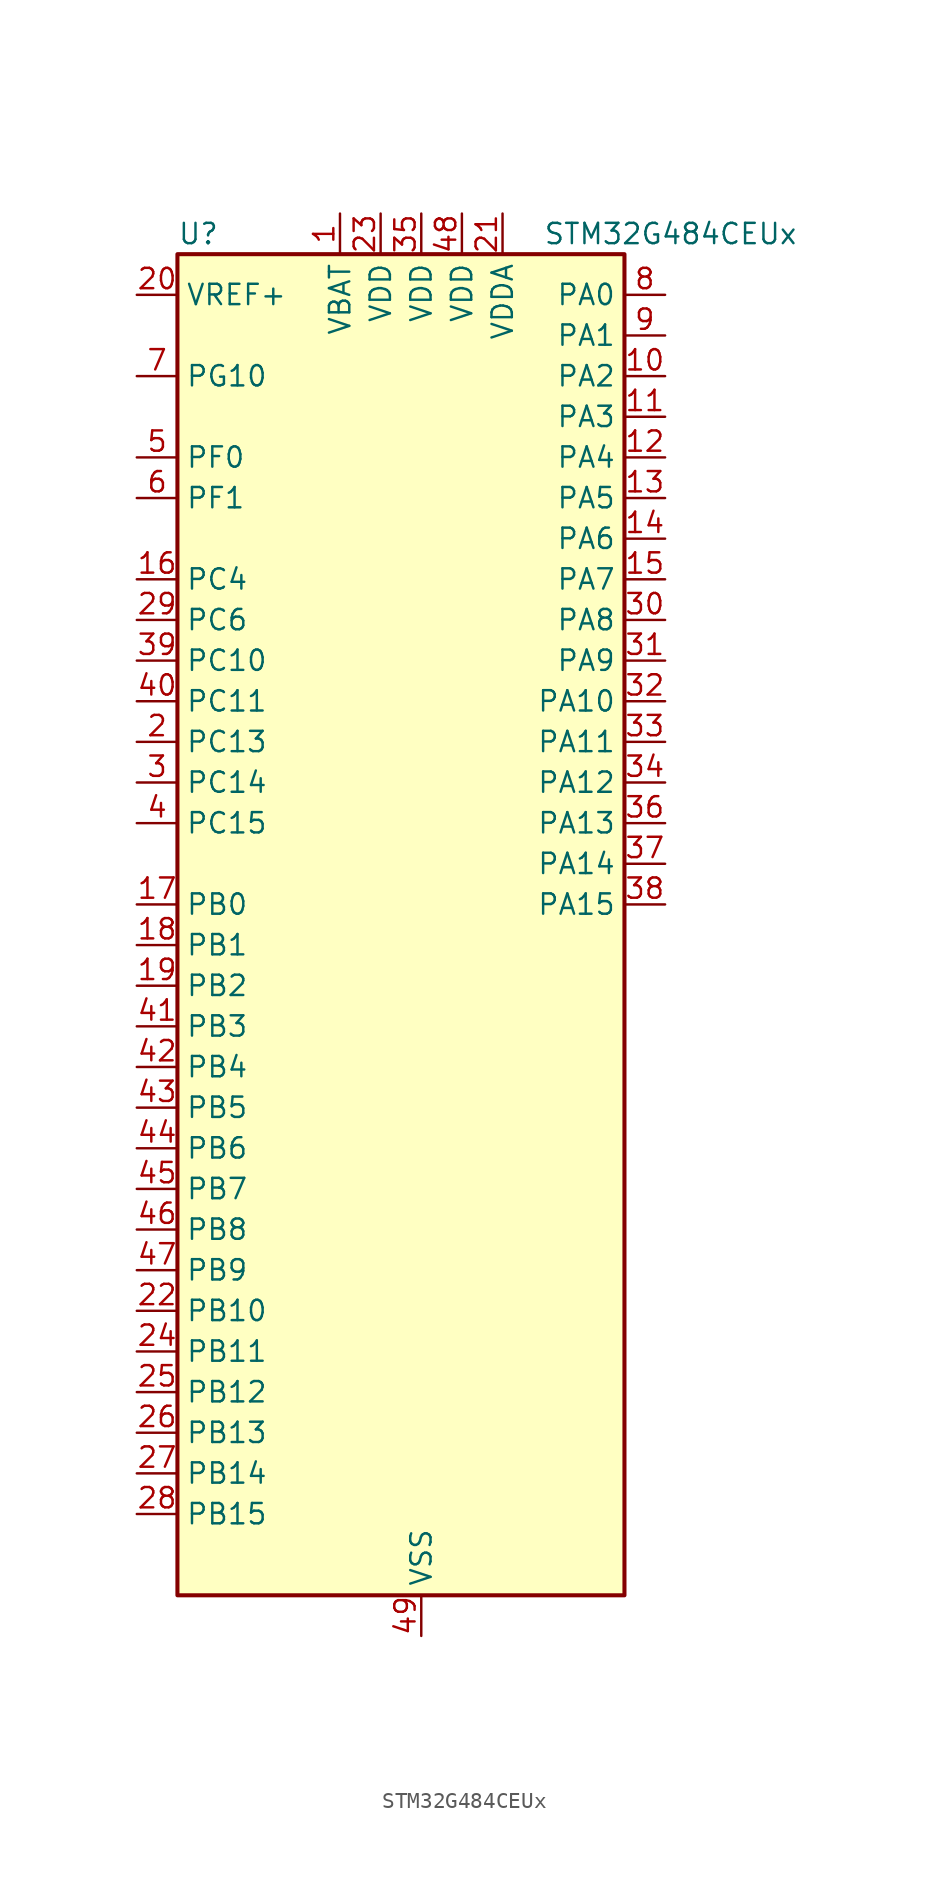
<source format=kicad_sym>
(kicad_symbol_lib
  (version 20231120)
  (generator "kicad_symbol_editor")
  (generator_version "8.0")
  (symbol "STM32G484CEUx"
    (property "Reference" "U"
      (at -12.7 44.45 0)
      (effects (font (size 1.27 1.27)) (justify left)))
    (property "Value" "STM32G484CEUx"
      (at 10.16 44.45 0)
      (effects (font (size 1.27 1.27)) (justify left)))
    (property "ki_locked" ""
      (at 0 0 0)
      (effects (font (size 1.27 1.27))))
    (symbol "STM32G484CEUx_0_1"
      (rectangle (start -12.7 -40.64) (end 15.24 43.18) (stroke (width 0.254) (type default)) (fill (type background))))
    (symbol "STM32G484CEUx_1_1"
      (pin power_in line (at -2.54 45.72 270) (length 2.54) (name "VBAT" (effects (font (size 1.27 1.27)))) (number "1" (effects (font (size 1.27 1.27)))))
      (pin bidirectional line (at 17.78 35.56 180) (length 2.54) (name "PA2" (effects (font (size 1.27 1.27)))) (number "10" (effects (font (size 1.27 1.27)))) (alternate "ADC1_IN3" bidirectional line) (alternate "ADC3_EXTI2" bidirectional line) (alternate "ADC4_EXTI2" bidirectional line) (alternate "ADC5_EXTI2" bidirectional line) (alternate "COMP2_INM" bidirectional line) (alternate "COMP2_OUT" bidirectional line) (alternate "LPUART1_TX" bidirectional line) (alternate "OPAMP1_VOUT" bidirectional line) (alternate "QUADSPI1_BK1_NCS" bidirectional line) (alternate "RCC_LSCO" bidirectional line) (alternate "SYS_WKUP4" bidirectional line) (alternate "TIM15_CH1" bidirectional line) (alternate "TIM2_CH3" bidirectional line) (alternate "TIM5_CH3" bidirectional line) (alternate "UCPD1_FRSTX1" bidirectional line) (alternate "UCPD1_FRSTX2" bidirectional line) (alternate "USART2_TX" bidirectional line))
      (pin bidirectional line (at 17.78 33.02 180) (length 2.54) (name "PA3" (effects (font (size 1.27 1.27)))) (number "11" (effects (font (size 1.27 1.27)))) (alternate "ADC1_IN4" bidirectional line) (alternate "ADC3_EXTI3" bidirectional line) (alternate "ADC4_EXTI3" bidirectional line) (alternate "ADC5_EXTI3" bidirectional line) (alternate "COMP2_INP" bidirectional line) (alternate "LPUART1_RX" bidirectional line) (alternate "OPAMP1_VINM" bidirectional line) (alternate "OPAMP1_VINM0" bidirectional line) (alternate "OPAMP1_VINM_SEC" bidirectional line) (alternate "OPAMP1_VINP" bidirectional line) (alternate "OPAMP1_VINP_SEC" bidirectional line) (alternate "OPAMP5_VINM" bidirectional line) (alternate "OPAMP5_VINM1" bidirectional line) (alternate "OPAMP5_VINM_SEC" bidirectional line) (alternate "QUADSPI1_CLK" bidirectional line) (alternate "SAI1_CK1" bidirectional line) (alternate "SAI1_MCLK_A" bidirectional line) (alternate "TIM15_CH2" bidirectional line) (alternate "TIM2_CH4" bidirectional line) (alternate "TIM5_CH4" bidirectional line) (alternate "USART2_RX" bidirectional line))
      (pin bidirectional line (at 17.78 30.48 180) (length 2.54) (name "PA4" (effects (font (size 1.27 1.27)))) (number "12" (effects (font (size 1.27 1.27)))) (alternate "ADC2_IN17" bidirectional line) (alternate "COMP1_INM" bidirectional line) (alternate "DAC1_OUT1" bidirectional line) (alternate "I2S3_WS" bidirectional line) (alternate "SAI1_FS_B" bidirectional line) (alternate "SPI1_NSS" bidirectional line) (alternate "SPI3_NSS" bidirectional line) (alternate "TIM3_CH2" bidirectional line) (alternate "USART2_CK" bidirectional line))
      (pin bidirectional line (at 17.78 27.94 180) (length 2.54) (name "PA5" (effects (font (size 1.27 1.27)))) (number "13" (effects (font (size 1.27 1.27)))) (alternate "ADC2_IN13" bidirectional line) (alternate "COMP2_INM" bidirectional line) (alternate "DAC1_OUT2" bidirectional line) (alternate "OPAMP2_VINM" bidirectional line) (alternate "OPAMP2_VINM0" bidirectional line) (alternate "OPAMP2_VINM_SEC" bidirectional line) (alternate "SPI1_SCK" bidirectional line) (alternate "TIM2_CH1" bidirectional line) (alternate "TIM2_ETR" bidirectional line) (alternate "UCPD1_FRSTX1" bidirectional line) (alternate "UCPD1_FRSTX2" bidirectional line))
      (pin bidirectional line (at 17.78 25.4 180) (length 2.54) (name "PA6" (effects (font (size 1.27 1.27)))) (number "14" (effects (font (size 1.27 1.27)))) (alternate "ADC2_IN3" bidirectional line) (alternate "COMP1_OUT" bidirectional line) (alternate "DAC2_OUT1" bidirectional line) (alternate "LPUART1_CTS" bidirectional line) (alternate "OPAMP2_VOUT" bidirectional line) (alternate "QUADSPI1_BK1_IO3" bidirectional line) (alternate "SPI1_MISO" bidirectional line) (alternate "TIM16_CH1" bidirectional line) (alternate "TIM1_BKIN" bidirectional line) (alternate "TIM3_CH1" bidirectional line) (alternate "TIM8_BKIN" bidirectional line))
      (pin bidirectional line (at 17.78 22.86 180) (length 2.54) (name "PA7" (effects (font (size 1.27 1.27)))) (number "15" (effects (font (size 1.27 1.27)))) (alternate "ADC2_IN4" bidirectional line) (alternate "COMP2_INP" bidirectional line) (alternate "COMP2_OUT" bidirectional line) (alternate "OPAMP1_VINP" bidirectional line) (alternate "OPAMP1_VINP_SEC" bidirectional line) (alternate "OPAMP2_VINP" bidirectional line) (alternate "OPAMP2_VINP_SEC" bidirectional line) (alternate "QUADSPI1_BK1_IO2" bidirectional line) (alternate "SPI1_MOSI" bidirectional line) (alternate "TIM17_CH1" bidirectional line) (alternate "TIM1_CH1N" bidirectional line) (alternate "TIM3_CH2" bidirectional line) (alternate "TIM8_CH1N" bidirectional line) (alternate "UCPD1_FRSTX1" bidirectional line) (alternate "UCPD1_FRSTX2" bidirectional line))
      (pin bidirectional line (at -15.24 22.86 0) (length 2.54) (name "PC4" (effects (font (size 1.27 1.27)))) (number "16" (effects (font (size 1.27 1.27)))) (alternate "ADC2_IN5" bidirectional line) (alternate "I2C2_SCL" bidirectional line) (alternate "QUADSPI1_BK2_IO3" bidirectional line) (alternate "TIM1_ETR" bidirectional line) (alternate "USART1_TX" bidirectional line))
      (pin bidirectional line (at -15.24 2.54 0) (length 2.54) (name "PB0" (effects (font (size 1.27 1.27)))) (number "17" (effects (font (size 1.27 1.27)))) (alternate "ADC1_IN15" bidirectional line) (alternate "ADC3_IN12" bidirectional line) (alternate "COMP4_INP" bidirectional line) (alternate "HRTIM1_FLT5" bidirectional line) (alternate "OPAMP2_VINP" bidirectional line) (alternate "OPAMP2_VINP_SEC" bidirectional line) (alternate "OPAMP3_VINP" bidirectional line) (alternate "OPAMP3_VINP_SEC" bidirectional line) (alternate "QUADSPI1_BK1_IO1" bidirectional line) (alternate "TIM1_CH2N" bidirectional line) (alternate "TIM3_CH3" bidirectional line) (alternate "TIM8_CH2N" bidirectional line) (alternate "UCPD1_FRSTX1" bidirectional line) (alternate "UCPD1_FRSTX2" bidirectional line))
      (pin bidirectional line (at -15.24 0 0) (length 2.54) (name "PB1" (effects (font (size 1.27 1.27)))) (number "18" (effects (font (size 1.27 1.27)))) (alternate "ADC1_IN12" bidirectional line) (alternate "ADC3_IN1" bidirectional line) (alternate "COMP1_INP" bidirectional line) (alternate "COMP4_OUT" bidirectional line) (alternate "HRTIM1_SCOUT" bidirectional line) (alternate "LPUART1_DE" bidirectional line) (alternate "LPUART1_RTS" bidirectional line) (alternate "OPAMP3_VOUT" bidirectional line) (alternate "OPAMP6_VINM" bidirectional line) (alternate "OPAMP6_VINM1" bidirectional line) (alternate "OPAMP6_VINM_SEC" bidirectional line) (alternate "QUADSPI1_BK1_IO0" bidirectional line) (alternate "TIM1_CH3N" bidirectional line) (alternate "TIM3_CH4" bidirectional line) (alternate "TIM8_CH3N" bidirectional line))
      (pin bidirectional line (at -15.24 -2.54 0) (length 2.54) (name "PB2" (effects (font (size 1.27 1.27)))) (number "19" (effects (font (size 1.27 1.27)))) (alternate "ADC2_IN12" bidirectional line) (alternate "ADC3_EXTI2" bidirectional line) (alternate "ADC4_EXTI2" bidirectional line) (alternate "ADC5_EXTI2" bidirectional line) (alternate "COMP4_INM" bidirectional line) (alternate "HRTIM1_SCIN" bidirectional line) (alternate "I2C3_SMBA" bidirectional line) (alternate "LPTIM1_OUT" bidirectional line) (alternate "OPAMP3_VINM" bidirectional line) (alternate "OPAMP3_VINM0" bidirectional line) (alternate "OPAMP3_VINM_SEC" bidirectional line) (alternate "QUADSPI1_BK2_IO1" bidirectional line) (alternate "RTC_OUT2" bidirectional line) (alternate "TIM20_CH1" bidirectional line) (alternate "TIM5_CH1" bidirectional line))
      (pin bidirectional line (at -15.24 12.7 0) (length 2.54) (name "PC13" (effects (font (size 1.27 1.27)))) (number "2" (effects (font (size 1.27 1.27)))) (alternate "RTC_OUT1" bidirectional line) (alternate "RTC_TAMP1" bidirectional line) (alternate "RTC_TS" bidirectional line) (alternate "SYS_WKUP2" bidirectional line) (alternate "TIM1_BKIN" bidirectional line) (alternate "TIM1_CH1N" bidirectional line) (alternate "TIM8_CH4N" bidirectional line))
      (pin input line (at -15.24 40.64 0) (length 2.54) (name "VREF+" (effects (font (size 1.27 1.27)))) (number "20" (effects (font (size 1.27 1.27)))) (alternate "VREFBUF_OUT" bidirectional line))
      (pin power_in line (at 7.62 45.72 270) (length 2.54) (name "VDDA" (effects (font (size 1.27 1.27)))) (number "21" (effects (font (size 1.27 1.27)))))
      (pin bidirectional line (at -15.24 -22.86 0) (length 2.54) (name "PB10" (effects (font (size 1.27 1.27)))) (number "22" (effects (font (size 1.27 1.27)))) (alternate "COMP5_INM" bidirectional line) (alternate "DAC1_EXTI10" bidirectional line) (alternate "DAC2_EXTI10" bidirectional line) (alternate "DAC3_EXTI10" bidirectional line) (alternate "DAC4_EXTI10" bidirectional line) (alternate "HRTIM1_FLT3" bidirectional line) (alternate "LPUART1_RX" bidirectional line) (alternate "OPAMP3_VINM" bidirectional line) (alternate "OPAMP3_VINM1" bidirectional line) (alternate "OPAMP3_VINM_SEC" bidirectional line) (alternate "OPAMP4_VINM" bidirectional line) (alternate "OPAMP4_VINM0" bidirectional line) (alternate "OPAMP4_VINM_SEC" bidirectional line) (alternate "QUADSPI1_CLK" bidirectional line) (alternate "SAI1_SCK_A" bidirectional line) (alternate "TIM1_BKIN" bidirectional line) (alternate "TIM2_CH3" bidirectional line) (alternate "USART3_TX" bidirectional line))
      (pin power_in line (at 0 45.72 270) (length 2.54) (name "VDD" (effects (font (size 1.27 1.27)))) (number "23" (effects (font (size 1.27 1.27)))))
      (pin bidirectional line (at -15.24 -25.4 0) (length 2.54) (name "PB11" (effects (font (size 1.27 1.27)))) (number "24" (effects (font (size 1.27 1.27)))) (alternate "ADC1_EXTI11" bidirectional line) (alternate "ADC1_IN14" bidirectional line) (alternate "ADC2_EXTI11" bidirectional line) (alternate "ADC2_IN14" bidirectional line) (alternate "COMP6_INP" bidirectional line) (alternate "HRTIM1_FLT4" bidirectional line) (alternate "LPUART1_TX" bidirectional line) (alternate "OPAMP4_VINP" bidirectional line) (alternate "OPAMP4_VINP_SEC" bidirectional line) (alternate "OPAMP6_VOUT" bidirectional line) (alternate "QUADSPI1_BK1_NCS" bidirectional line) (alternate "TIM2_CH4" bidirectional line) (alternate "USART3_RX" bidirectional line))
      (pin bidirectional line (at -15.24 -27.94 0) (length 2.54) (name "PB12" (effects (font (size 1.27 1.27)))) (number "25" (effects (font (size 1.27 1.27)))) (alternate "ADC1_IN11" bidirectional line) (alternate "ADC4_IN3" bidirectional line) (alternate "COMP7_INM" bidirectional line) (alternate "FDCAN2_RX" bidirectional line) (alternate "HRTIM1_CHC1" bidirectional line) (alternate "I2C2_SMBA" bidirectional line) (alternate "I2S2_WS" bidirectional line) (alternate "LPUART1_DE" bidirectional line) (alternate "LPUART1_RTS" bidirectional line) (alternate "OPAMP4_VOUT" bidirectional line) (alternate "OPAMP6_VINP" bidirectional line) (alternate "OPAMP6_VINP_SEC" bidirectional line) (alternate "SPI2_NSS" bidirectional line) (alternate "TIM1_BKIN" bidirectional line) (alternate "TIM5_ETR" bidirectional line) (alternate "USART3_CK" bidirectional line))
      (pin bidirectional line (at -15.24 -30.48 0) (length 2.54) (name "PB13" (effects (font (size 1.27 1.27)))) (number "26" (effects (font (size 1.27 1.27)))) (alternate "ADC3_IN5" bidirectional line) (alternate "COMP5_INP" bidirectional line) (alternate "FDCAN2_TX" bidirectional line) (alternate "HRTIM1_CHC2" bidirectional line) (alternate "I2S2_CK" bidirectional line) (alternate "LPUART1_CTS" bidirectional line) (alternate "OPAMP3_VINP" bidirectional line) (alternate "OPAMP3_VINP_SEC" bidirectional line) (alternate "OPAMP4_VINP" bidirectional line) (alternate "OPAMP4_VINP_SEC" bidirectional line) (alternate "OPAMP6_VINP" bidirectional line) (alternate "OPAMP6_VINP_SEC" bidirectional line) (alternate "SPI2_SCK" bidirectional line) (alternate "TIM1_CH1N" bidirectional line) (alternate "USART3_CTS" bidirectional line) (alternate "USART3_NSS" bidirectional line))
      (pin bidirectional line (at -15.24 -33.02 0) (length 2.54) (name "PB14" (effects (font (size 1.27 1.27)))) (number "27" (effects (font (size 1.27 1.27)))) (alternate "ADC1_IN5" bidirectional line) (alternate "ADC4_IN4" bidirectional line) (alternate "COMP4_OUT" bidirectional line) (alternate "COMP7_INP" bidirectional line) (alternate "HRTIM1_CHD1" bidirectional line) (alternate "OPAMP2_VINP" bidirectional line) (alternate "OPAMP2_VINP_SEC" bidirectional line) (alternate "OPAMP5_VINP" bidirectional line) (alternate "OPAMP5_VINP_SEC" bidirectional line) (alternate "SPI2_MISO" bidirectional line) (alternate "TIM15_CH1" bidirectional line) (alternate "TIM1_CH2N" bidirectional line) (alternate "USART3_DE" bidirectional line) (alternate "USART3_RTS" bidirectional line))
      (pin bidirectional line (at -15.24 -35.56 0) (length 2.54) (name "PB15" (effects (font (size 1.27 1.27)))) (number "28" (effects (font (size 1.27 1.27)))) (alternate "ADC1_EXTI15" bidirectional line) (alternate "ADC2_EXTI15" bidirectional line) (alternate "ADC2_IN15" bidirectional line) (alternate "ADC4_IN5" bidirectional line) (alternate "COMP3_OUT" bidirectional line) (alternate "COMP6_INM" bidirectional line) (alternate "HRTIM1_CHD2" bidirectional line) (alternate "I2S2_SD" bidirectional line) (alternate "OPAMP5_VINM" bidirectional line) (alternate "OPAMP5_VINM0" bidirectional line) (alternate "OPAMP5_VINM_SEC" bidirectional line) (alternate "RTC_REFIN" bidirectional line) (alternate "SPI2_MOSI" bidirectional line) (alternate "TIM15_CH1N" bidirectional line) (alternate "TIM15_CH2" bidirectional line) (alternate "TIM1_CH3N" bidirectional line))
      (pin bidirectional line (at -15.24 20.32 0) (length 2.54) (name "PC6" (effects (font (size 1.27 1.27)))) (number "29" (effects (font (size 1.27 1.27)))) (alternate "COMP6_OUT" bidirectional line) (alternate "HRTIM1_CHF1" bidirectional line) (alternate "HRTIM1_EEV10" bidirectional line) (alternate "I2C4_SCL" bidirectional line) (alternate "I2S2_MCK" bidirectional line) (alternate "TIM3_CH1" bidirectional line) (alternate "TIM8_CH1" bidirectional line))
      (pin bidirectional line (at -15.24 10.16 0) (length 2.54) (name "PC14" (effects (font (size 1.27 1.27)))) (number "3" (effects (font (size 1.27 1.27)))) (alternate "RCC_OSC32_IN" bidirectional line))
      (pin bidirectional line (at 17.78 20.32 180) (length 2.54) (name "PA8" (effects (font (size 1.27 1.27)))) (number "30" (effects (font (size 1.27 1.27)))) (alternate "ADC5_IN1" bidirectional line) (alternate "COMP7_OUT" bidirectional line) (alternate "FDCAN3_RX" bidirectional line) (alternate "HRTIM1_CHA1" bidirectional line) (alternate "I2C2_SDA" bidirectional line) (alternate "I2C3_SCL" bidirectional line) (alternate "I2S2_MCK" bidirectional line) (alternate "OPAMP5_VOUT" bidirectional line) (alternate "RCC_MCO" bidirectional line) (alternate "SAI1_CK2" bidirectional line) (alternate "SAI1_SCK_A" bidirectional line) (alternate "TIM1_CH1" bidirectional line) (alternate "TIM4_ETR" bidirectional line) (alternate "USART1_CK" bidirectional line))
      (pin bidirectional line (at 17.78 17.78 180) (length 2.54) (name "PA9" (effects (font (size 1.27 1.27)))) (number "31" (effects (font (size 1.27 1.27)))) (alternate "ADC5_IN2" bidirectional line) (alternate "COMP5_OUT" bidirectional line) (alternate "DAC1_EXTI9" bidirectional line) (alternate "DAC2_EXTI9" bidirectional line) (alternate "DAC3_EXTI9" bidirectional line) (alternate "DAC4_EXTI9" bidirectional line) (alternate "HRTIM1_CHA2" bidirectional line) (alternate "I2C2_SCL" bidirectional line) (alternate "I2C3_SMBA" bidirectional line) (alternate "I2S3_MCK" bidirectional line) (alternate "SAI1_FS_A" bidirectional line) (alternate "TIM15_BKIN" bidirectional line) (alternate "TIM1_CH2" bidirectional line) (alternate "TIM2_CH3" bidirectional line) (alternate "UCPD1_DBCC1" bidirectional line) (alternate "USART1_TX" bidirectional line))
      (pin bidirectional line (at 17.78 15.24 180) (length 2.54) (name "PA10" (effects (font (size 1.27 1.27)))) (number "32" (effects (font (size 1.27 1.27)))) (alternate "COMP6_OUT" bidirectional line) (alternate "CRS_SYNC" bidirectional line) (alternate "DAC1_EXTI10" bidirectional line) (alternate "DAC2_EXTI10" bidirectional line) (alternate "DAC3_EXTI10" bidirectional line) (alternate "DAC4_EXTI10" bidirectional line) (alternate "HRTIM1_CHB1" bidirectional line) (alternate "I2C2_SMBA" bidirectional line) (alternate "SAI1_D1" bidirectional line) (alternate "SAI1_SD_A" bidirectional line) (alternate "SPI2_MISO" bidirectional line) (alternate "TIM17_BKIN" bidirectional line) (alternate "TIM1_CH3" bidirectional line) (alternate "TIM2_CH4" bidirectional line) (alternate "TIM8_BKIN" bidirectional line) (alternate "UCPD1_DBCC2" bidirectional line) (alternate "USART1_RX" bidirectional line))
      (pin bidirectional line (at 17.78 12.7 180) (length 2.54) (name "PA11" (effects (font (size 1.27 1.27)))) (number "33" (effects (font (size 1.27 1.27)))) (alternate "ADC1_EXTI11" bidirectional line) (alternate "ADC2_EXTI11" bidirectional line) (alternate "COMP1_OUT" bidirectional line) (alternate "FDCAN1_RX" bidirectional line) (alternate "HRTIM1_CHB2" bidirectional line) (alternate "I2S2_SD" bidirectional line) (alternate "SPI2_MOSI" bidirectional line) (alternate "TIM1_BKIN2" bidirectional line) (alternate "TIM1_CH1N" bidirectional line) (alternate "TIM1_CH4" bidirectional line) (alternate "TIM4_CH1" bidirectional line) (alternate "USART1_CTS" bidirectional line) (alternate "USART1_NSS" bidirectional line) (alternate "USB_DM" bidirectional line))
      (pin bidirectional line (at 17.78 10.16 180) (length 2.54) (name "PA12" (effects (font (size 1.27 1.27)))) (number "34" (effects (font (size 1.27 1.27)))) (alternate "COMP2_OUT" bidirectional line) (alternate "FDCAN1_TX" bidirectional line) (alternate "HRTIM1_FLT1" bidirectional line) (alternate "I2S_CKIN" bidirectional line) (alternate "TIM16_CH1" bidirectional line) (alternate "TIM1_CH2N" bidirectional line) (alternate "TIM1_ETR" bidirectional line) (alternate "TIM4_CH2" bidirectional line) (alternate "USART1_DE" bidirectional line) (alternate "USART1_RTS" bidirectional line) (alternate "USB_DP" bidirectional line))
      (pin power_in line (at 2.54 45.72 270) (length 2.54) (name "VDD" (effects (font (size 1.27 1.27)))) (number "35" (effects (font (size 1.27 1.27)))))
      (pin bidirectional line (at 17.78 7.62 180) (length 2.54) (name "PA13" (effects (font (size 1.27 1.27)))) (number "36" (effects (font (size 1.27 1.27)))) (alternate "I2C1_SCL" bidirectional line) (alternate "I2C4_SCL" bidirectional line) (alternate "IR_OUT" bidirectional line) (alternate "SAI1_SD_B" bidirectional line) (alternate "SYS_JTMS-SWDIO" bidirectional line) (alternate "TIM16_CH1N" bidirectional line) (alternate "TIM4_CH3" bidirectional line) (alternate "USART3_CTS" bidirectional line) (alternate "USART3_NSS" bidirectional line))
      (pin bidirectional line (at 17.78 5.08 180) (length 2.54) (name "PA14" (effects (font (size 1.27 1.27)))) (number "37" (effects (font (size 1.27 1.27)))) (alternate "I2C1_SDA" bidirectional line) (alternate "I2C4_SMBA" bidirectional line) (alternate "LPTIM1_OUT" bidirectional line) (alternate "SAI1_FS_B" bidirectional line) (alternate "SYS_JTCK-SWCLK" bidirectional line) (alternate "TIM1_BKIN" bidirectional line) (alternate "TIM8_CH2" bidirectional line) (alternate "USART2_TX" bidirectional line))
      (pin bidirectional line (at 17.78 2.54 180) (length 2.54) (name "PA15" (effects (font (size 1.27 1.27)))) (number "38" (effects (font (size 1.27 1.27)))) (alternate "ADC1_EXTI15" bidirectional line) (alternate "ADC2_EXTI15" bidirectional line) (alternate "FDCAN3_TX" bidirectional line) (alternate "HRTIM1_FLT2" bidirectional line) (alternate "I2C1_SCL" bidirectional line) (alternate "I2S3_WS" bidirectional line) (alternate "SPI1_NSS" bidirectional line) (alternate "SPI3_NSS" bidirectional line) (alternate "SYS_JTDI" bidirectional line) (alternate "TIM1_BKIN" bidirectional line) (alternate "TIM2_CH1" bidirectional line) (alternate "TIM2_ETR" bidirectional line) (alternate "TIM8_CH1" bidirectional line) (alternate "UART4_DE" bidirectional line) (alternate "UART4_RTS" bidirectional line) (alternate "USART2_RX" bidirectional line))
      (pin bidirectional line (at -15.24 17.78 0) (length 2.54) (name "PC10" (effects (font (size 1.27 1.27)))) (number "39" (effects (font (size 1.27 1.27)))) (alternate "DAC1_EXTI10" bidirectional line) (alternate "DAC2_EXTI10" bidirectional line) (alternate "DAC3_EXTI10" bidirectional line) (alternate "DAC4_EXTI10" bidirectional line) (alternate "HRTIM1_FLT6" bidirectional line) (alternate "I2S3_CK" bidirectional line) (alternate "SPI3_SCK" bidirectional line) (alternate "TIM8_CH1N" bidirectional line) (alternate "UART4_TX" bidirectional line) (alternate "USART3_TX" bidirectional line))
      (pin bidirectional line (at -15.24 7.62 0) (length 2.54) (name "PC15" (effects (font (size 1.27 1.27)))) (number "4" (effects (font (size 1.27 1.27)))) (alternate "ADC1_EXTI15" bidirectional line) (alternate "ADC2_EXTI15" bidirectional line) (alternate "RCC_OSC32_OUT" bidirectional line))
      (pin bidirectional line (at -15.24 15.24 0) (length 2.54) (name "PC11" (effects (font (size 1.27 1.27)))) (number "40" (effects (font (size 1.27 1.27)))) (alternate "ADC1_EXTI11" bidirectional line) (alternate "ADC2_EXTI11" bidirectional line) (alternate "HRTIM1_EEV2" bidirectional line) (alternate "I2C3_SDA" bidirectional line) (alternate "SPI3_MISO" bidirectional line) (alternate "TIM8_CH2N" bidirectional line) (alternate "UART4_RX" bidirectional line) (alternate "USART3_RX" bidirectional line))
      (pin bidirectional line (at -15.24 -5.08 0) (length 2.54) (name "PB3" (effects (font (size 1.27 1.27)))) (number "41" (effects (font (size 1.27 1.27)))) (alternate "ADC3_EXTI3" bidirectional line) (alternate "ADC4_EXTI3" bidirectional line) (alternate "ADC5_EXTI3" bidirectional line) (alternate "CRS_SYNC" bidirectional line) (alternate "FDCAN3_RX" bidirectional line) (alternate "HRTIM1_EEV9" bidirectional line) (alternate "HRTIM1_SCOUT" bidirectional line) (alternate "I2S3_CK" bidirectional line) (alternate "SAI1_SCK_B" bidirectional line) (alternate "SPI1_SCK" bidirectional line) (alternate "SPI3_SCK" bidirectional line) (alternate "SYS_JTDO-SWO" bidirectional line) (alternate "TIM2_CH2" bidirectional line) (alternate "TIM3_ETR" bidirectional line) (alternate "TIM4_ETR" bidirectional line) (alternate "TIM8_CH1N" bidirectional line) (alternate "USART2_TX" bidirectional line))
      (pin bidirectional line (at -15.24 -7.62 0) (length 2.54) (name "PB4" (effects (font (size 1.27 1.27)))) (number "42" (effects (font (size 1.27 1.27)))) (alternate "FDCAN3_TX" bidirectional line) (alternate "HRTIM1_EEV7" bidirectional line) (alternate "SAI1_MCLK_B" bidirectional line) (alternate "SPI1_MISO" bidirectional line) (alternate "SPI3_MISO" bidirectional line) (alternate "SYS_JTRST" bidirectional line) (alternate "TIM16_CH1" bidirectional line) (alternate "TIM17_BKIN" bidirectional line) (alternate "TIM3_CH1" bidirectional line) (alternate "TIM8_CH2N" bidirectional line) (alternate "UCPD1_CC2" bidirectional line) (alternate "USART2_RX" bidirectional line))
      (pin bidirectional line (at -15.24 -10.16 0) (length 2.54) (name "PB5" (effects (font (size 1.27 1.27)))) (number "43" (effects (font (size 1.27 1.27)))) (alternate "FDCAN2_RX" bidirectional line) (alternate "HRTIM1_EEV6" bidirectional line) (alternate "I2C1_SMBA" bidirectional line) (alternate "I2C3_SDA" bidirectional line) (alternate "I2S3_SD" bidirectional line) (alternate "LPTIM1_IN1" bidirectional line) (alternate "SAI1_SD_B" bidirectional line) (alternate "SPI1_MOSI" bidirectional line) (alternate "SPI3_MOSI" bidirectional line) (alternate "TIM16_BKIN" bidirectional line) (alternate "TIM17_CH1" bidirectional line) (alternate "TIM3_CH2" bidirectional line) (alternate "TIM8_CH3N" bidirectional line) (alternate "USART2_CK" bidirectional line))
      (pin bidirectional line (at -15.24 -12.7 0) (length 2.54) (name "PB6" (effects (font (size 1.27 1.27)))) (number "44" (effects (font (size 1.27 1.27)))) (alternate "COMP4_OUT" bidirectional line) (alternate "FDCAN2_TX" bidirectional line) (alternate "HRTIM1_EEV4" bidirectional line) (alternate "HRTIM1_SCIN" bidirectional line) (alternate "LPTIM1_ETR" bidirectional line) (alternate "SAI1_FS_B" bidirectional line) (alternate "TIM16_CH1N" bidirectional line) (alternate "TIM4_CH1" bidirectional line) (alternate "TIM8_BKIN2" bidirectional line) (alternate "TIM8_CH1" bidirectional line) (alternate "TIM8_ETR" bidirectional line) (alternate "UCPD1_CC1" bidirectional line) (alternate "USART1_TX" bidirectional line))
      (pin bidirectional line (at -15.24 -15.24 0) (length 2.54) (name "PB7" (effects (font (size 1.27 1.27)))) (number "45" (effects (font (size 1.27 1.27)))) (alternate "COMP3_OUT" bidirectional line) (alternate "HRTIM1_EEV3" bidirectional line) (alternate "I2C1_SDA" bidirectional line) (alternate "I2C4_SDA" bidirectional line) (alternate "LPTIM1_IN2" bidirectional line) (alternate "SYS_PVD_IN" bidirectional line) (alternate "TIM17_CH1N" bidirectional line) (alternate "TIM3_CH4" bidirectional line) (alternate "TIM4_CH2" bidirectional line) (alternate "TIM8_BKIN" bidirectional line) (alternate "UART4_CTS" bidirectional line) (alternate "USART1_RX" bidirectional line))
      (pin bidirectional line (at -15.24 -17.78 0) (length 2.54) (name "PB8" (effects (font (size 1.27 1.27)))) (number "46" (effects (font (size 1.27 1.27)))) (alternate "COMP1_OUT" bidirectional line) (alternate "FDCAN1_RX" bidirectional line) (alternate "HRTIM1_EEV8" bidirectional line) (alternate "I2C1_SCL" bidirectional line) (alternate "SAI1_CK1" bidirectional line) (alternate "SAI1_MCLK_A" bidirectional line) (alternate "TIM16_CH1" bidirectional line) (alternate "TIM1_BKIN" bidirectional line) (alternate "TIM4_CH3" bidirectional line) (alternate "TIM8_CH2" bidirectional line) (alternate "USART3_RX" bidirectional line))
      (pin bidirectional line (at -15.24 -20.32 0) (length 2.54) (name "PB9" (effects (font (size 1.27 1.27)))) (number "47" (effects (font (size 1.27 1.27)))) (alternate "COMP2_OUT" bidirectional line) (alternate "DAC1_EXTI9" bidirectional line) (alternate "DAC2_EXTI9" bidirectional line) (alternate "DAC3_EXTI9" bidirectional line) (alternate "DAC4_EXTI9" bidirectional line) (alternate "FDCAN1_TX" bidirectional line) (alternate "HRTIM1_EEV5" bidirectional line) (alternate "I2C1_SDA" bidirectional line) (alternate "IR_OUT" bidirectional line) (alternate "SAI1_D2" bidirectional line) (alternate "SAI1_FS_A" bidirectional line) (alternate "TIM17_CH1" bidirectional line) (alternate "TIM1_CH3N" bidirectional line) (alternate "TIM4_CH4" bidirectional line) (alternate "TIM8_CH3" bidirectional line) (alternate "USART3_TX" bidirectional line))
      (pin power_in line (at 5.08 45.72 270) (length 2.54) (name "VDD" (effects (font (size 1.27 1.27)))) (number "48" (effects (font (size 1.27 1.27)))))
      (pin power_in line (at 2.54 -43.18 90) (length 2.54) (name "VSS" (effects (font (size 1.27 1.27)))) (number "49" (effects (font (size 1.27 1.27)))))
      (pin bidirectional line (at -15.24 30.48 0) (length 2.54) (name "PF0" (effects (font (size 1.27 1.27)))) (number "5" (effects (font (size 1.27 1.27)))) (alternate "ADC1_IN10" bidirectional line) (alternate "I2C2_SDA" bidirectional line) (alternate "I2S2_WS" bidirectional line) (alternate "RCC_OSC_IN" bidirectional line) (alternate "SPI2_NSS" bidirectional line) (alternate "TIM1_CH3N" bidirectional line))
      (pin bidirectional line (at -15.24 27.94 0) (length 2.54) (name "PF1" (effects (font (size 1.27 1.27)))) (number "6" (effects (font (size 1.27 1.27)))) (alternate "ADC2_IN10" bidirectional line) (alternate "COMP3_INM" bidirectional line) (alternate "I2S2_CK" bidirectional line) (alternate "RCC_OSC_OUT" bidirectional line) (alternate "SPI2_SCK" bidirectional line))
      (pin bidirectional line (at -15.24 35.56 0) (length 2.54) (name "PG10" (effects (font (size 1.27 1.27)))) (number "7" (effects (font (size 1.27 1.27)))) (alternate "DAC1_EXTI10" bidirectional line) (alternate "DAC2_EXTI10" bidirectional line) (alternate "DAC3_EXTI10" bidirectional line) (alternate "DAC4_EXTI10" bidirectional line) (alternate "RCC_MCO" bidirectional line))
      (pin bidirectional line (at 17.78 40.64 180) (length 2.54) (name "PA0" (effects (font (size 1.27 1.27)))) (number "8" (effects (font (size 1.27 1.27)))) (alternate "ADC1_IN1" bidirectional line) (alternate "ADC2_IN1" bidirectional line) (alternate "COMP1_INM" bidirectional line) (alternate "COMP1_OUT" bidirectional line) (alternate "COMP3_INP" bidirectional line) (alternate "RTC_TAMP2" bidirectional line) (alternate "SYS_WKUP1" bidirectional line) (alternate "TIM2_CH1" bidirectional line) (alternate "TIM2_ETR" bidirectional line) (alternate "TIM5_CH1" bidirectional line) (alternate "TIM8_BKIN" bidirectional line) (alternate "TIM8_ETR" bidirectional line) (alternate "USART2_CTS" bidirectional line) (alternate "USART2_NSS" bidirectional line))
      (pin bidirectional line (at 17.78 38.1 180) (length 2.54) (name "PA1" (effects (font (size 1.27 1.27)))) (number "9" (effects (font (size 1.27 1.27)))) (alternate "ADC1_IN2" bidirectional line) (alternate "ADC2_IN2" bidirectional line) (alternate "COMP1_INP" bidirectional line) (alternate "OPAMP1_VINP" bidirectional line) (alternate "OPAMP1_VINP_SEC" bidirectional line) (alternate "OPAMP3_VINP" bidirectional line) (alternate "OPAMP3_VINP_SEC" bidirectional line) (alternate "OPAMP6_VINM" bidirectional line) (alternate "OPAMP6_VINM0" bidirectional line) (alternate "OPAMP6_VINM_SEC" bidirectional line) (alternate "RTC_REFIN" bidirectional line) (alternate "TIM15_CH1N" bidirectional line) (alternate "TIM2_CH2" bidirectional line) (alternate "TIM5_CH2" bidirectional line) (alternate "USART2_DE" bidirectional line) (alternate "USART2_RTS" bidirectional line)))))
</source>
